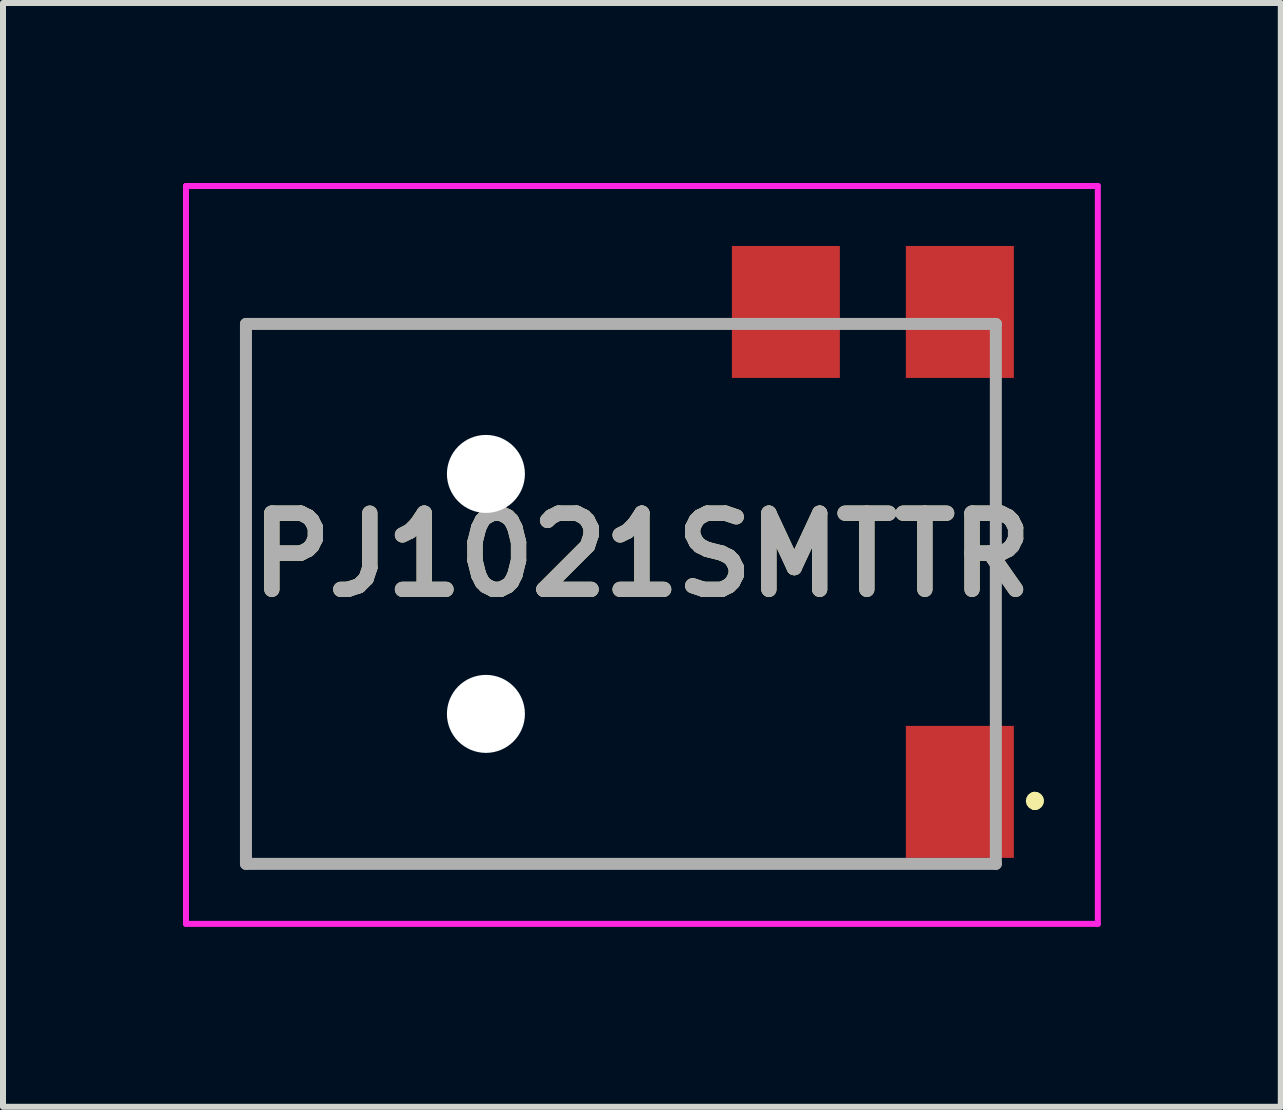
<source format=kicad_pcb>
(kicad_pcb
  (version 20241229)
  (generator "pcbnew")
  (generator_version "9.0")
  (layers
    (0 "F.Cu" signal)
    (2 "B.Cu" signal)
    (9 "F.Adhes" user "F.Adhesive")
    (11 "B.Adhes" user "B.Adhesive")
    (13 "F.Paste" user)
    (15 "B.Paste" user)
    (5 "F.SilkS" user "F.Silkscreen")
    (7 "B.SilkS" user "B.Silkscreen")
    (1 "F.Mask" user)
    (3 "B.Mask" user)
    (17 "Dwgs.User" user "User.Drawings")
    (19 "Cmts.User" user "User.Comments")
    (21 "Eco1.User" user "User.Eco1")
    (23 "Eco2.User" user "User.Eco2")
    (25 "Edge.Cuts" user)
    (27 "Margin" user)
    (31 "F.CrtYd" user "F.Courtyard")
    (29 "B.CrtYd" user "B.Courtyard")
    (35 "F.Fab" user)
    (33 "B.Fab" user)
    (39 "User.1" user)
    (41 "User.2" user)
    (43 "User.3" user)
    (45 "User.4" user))
  (footprint "PJ1021SMTTR"
    (layer "F.Cu")
    (at 7.3 6.85)
    (property "Reference" "PJ1021SMTTR" (at 0.35 -0.65 0) (layer "F.SilkS") (effects (font (size 1.27 1.27) (thickness 0.254))))
    (attr through_hole)
    (fp_line (start -6.25 -4.5) (end -6.25 -4.5) (stroke (width 0.1) (type solid)) (layer "F.SilkS"))
    (fp_line (start -6.25 -4.5) (end -6.25 -4.5) (stroke (width 0.1) (type solid)) (layer "F.SilkS"))
    (fp_line (start -6.25 -4.5) (end -6.25 4.5) (stroke (width 0.1) (type solid)) (layer "F.SilkS"))
    (fp_line (start -6.25 -4.5) (end 1 -4.5) (stroke (width 0.1) (type solid)) (layer "F.SilkS"))
    (fp_line (start -6.25 4.5) (end -6.25 -4.5) (stroke (width 0.1) (type solid)) (layer "F.SilkS"))
    (fp_line (start -6.25 4.5) (end -6.25 4.5) (stroke (width 0.1) (type solid)) (layer "F.SilkS"))
    (fp_line (start -6.25 4.5) (end -6.25 4.5) (stroke (width 0.1) (type solid)) (layer "F.SilkS"))
    (fp_line (start -6.25 4.5) (end 4.25 4.5) (stroke (width 0.1) (type solid)) (layer "F.SilkS"))
    (fp_line (start 1 -4.5) (end -6.25 -4.5) (stroke (width 0.1) (type solid)) (layer "F.SilkS"))
    (fp_line (start 1 -4.5) (end 1 -4.5) (stroke (width 0.1) (type solid)) (layer "F.SilkS"))
    (fp_line (start 4.25 4.5) (end -6.25 4.5) (stroke (width 0.1) (type solid)) (layer "F.SilkS"))
    (fp_line (start 4.25 4.5) (end 4.25 4.5) (stroke (width 0.1) (type solid)) (layer "F.SilkS"))
    (fp_line (start 6.25 -2.794) (end 6.25 -2.794) (stroke (width 0.1) (type solid)) (layer "F.SilkS"))
    (fp_line (start 6.25 -2.794) (end 6.25 1.27) (stroke (width 0.1) (type solid)) (layer "F.SilkS"))
    (fp_line (start 6.25 1.27) (end 6.25 -2.794) (stroke (width 0.1) (type solid)) (layer "F.SilkS"))
    (fp_line (start 6.25 1.27) (end 6.25 1.27) (stroke (width 0.1) (type solid)) (layer "F.SilkS"))
    (fp_line (start 6.9 3.4) (end 6.9 3.4) (stroke (width 0.2) (type solid)) (layer "F.SilkS"))
    (fp_line (start 6.9 3.5) (end 6.9 3.5) (stroke (width 0.2) (type solid)) (layer "F.SilkS"))
    (fp_line (start 6.9 3.5) (end 6.9 3.5) (stroke (width 0.2) (type solid)) (layer "F.SilkS"))
    (fp_arc (start 6.9 3.4) (mid 6.95 3.45) (end 6.9 3.5) (stroke (width 0.2) (type solid)) (layer "F.SilkS"))
    (fp_arc (start 6.9 3.4) (mid 6.95 3.45) (end 6.9 3.5) (stroke (width 0.2) (type solid)) (layer "F.SilkS"))
    (fp_arc (start 6.9 3.5) (mid 6.85 3.45) (end 6.9 3.4) (stroke (width 0.2) (type solid)) (layer "F.SilkS"))
    (fp_line (start -7.25 -6.8) (end 7.95 -6.8) (stroke (width 0.1) (type solid)) (layer "F.CrtYd"))
    (fp_line (start -7.25 5.5) (end -7.25 -6.8) (stroke (width 0.1) (type solid)) (layer "F.CrtYd"))
    (fp_line (start 7.95 -6.8) (end 7.95 5.5) (stroke (width 0.1) (type solid)) (layer "F.CrtYd"))
    (fp_line (start 7.95 5.5) (end -7.25 5.5) (stroke (width 0.1) (type solid)) (layer "F.CrtYd"))
    (fp_line (start -6.25 -4.5) (end -6.25 4.5) (stroke (width 0.2) (type solid)) (layer "F.Fab"))
    (fp_line (start -6.25 4.5) (end 6.25 4.5) (stroke (width 0.2) (type solid)) (layer "F.Fab"))
    (fp_line (start 6.25 -4.5) (end -6.25 -4.5) (stroke (width 0.2) (type solid)) (layer "F.Fab"))
    (fp_line (start 6.25 4.5) (end 6.25 -4.5) (stroke (width 0.2) (type solid)) (layer "F.Fab"))
    (fp_text user "${REFERENCE}" (at 0.35 -0.65 0) (layer "F.Fab") (effects (font (size 1.27 1.27) (thickness 0.254))))
    (pad "" np_thru_hole circle (at -2.25 -2) (size 1.3 1.3) (drill 1.3) (layers "*.Cu" "*.Mask"))
    (pad "" np_thru_hole circle (at -2.25 2) (size 1.3 1.3) (drill 1.3) (layers "*.Cu" "*.Mask"))
    (pad "1" smd rect (at 5.65 3.3) (size 1.8 2.2) (layers "F.Cu" "F.Mask" "F.Paste"))
    (pad "2" smd rect (at 2.75 -4.7) (size 1.8 2.2) (layers "F.Cu" "F.Mask" "F.Paste"))
    (pad "3" smd rect (at 5.65 -4.7) (size 1.8 2.2) (layers "F.Cu" "F.Mask" "F.Paste")))
  (gr_rect
    (start -3 -3)
    (end 18.3 15.4)
    (stroke (width 0.1) (type default))
    (fill no)
    (layer "Edge.Cuts")))
</source>
